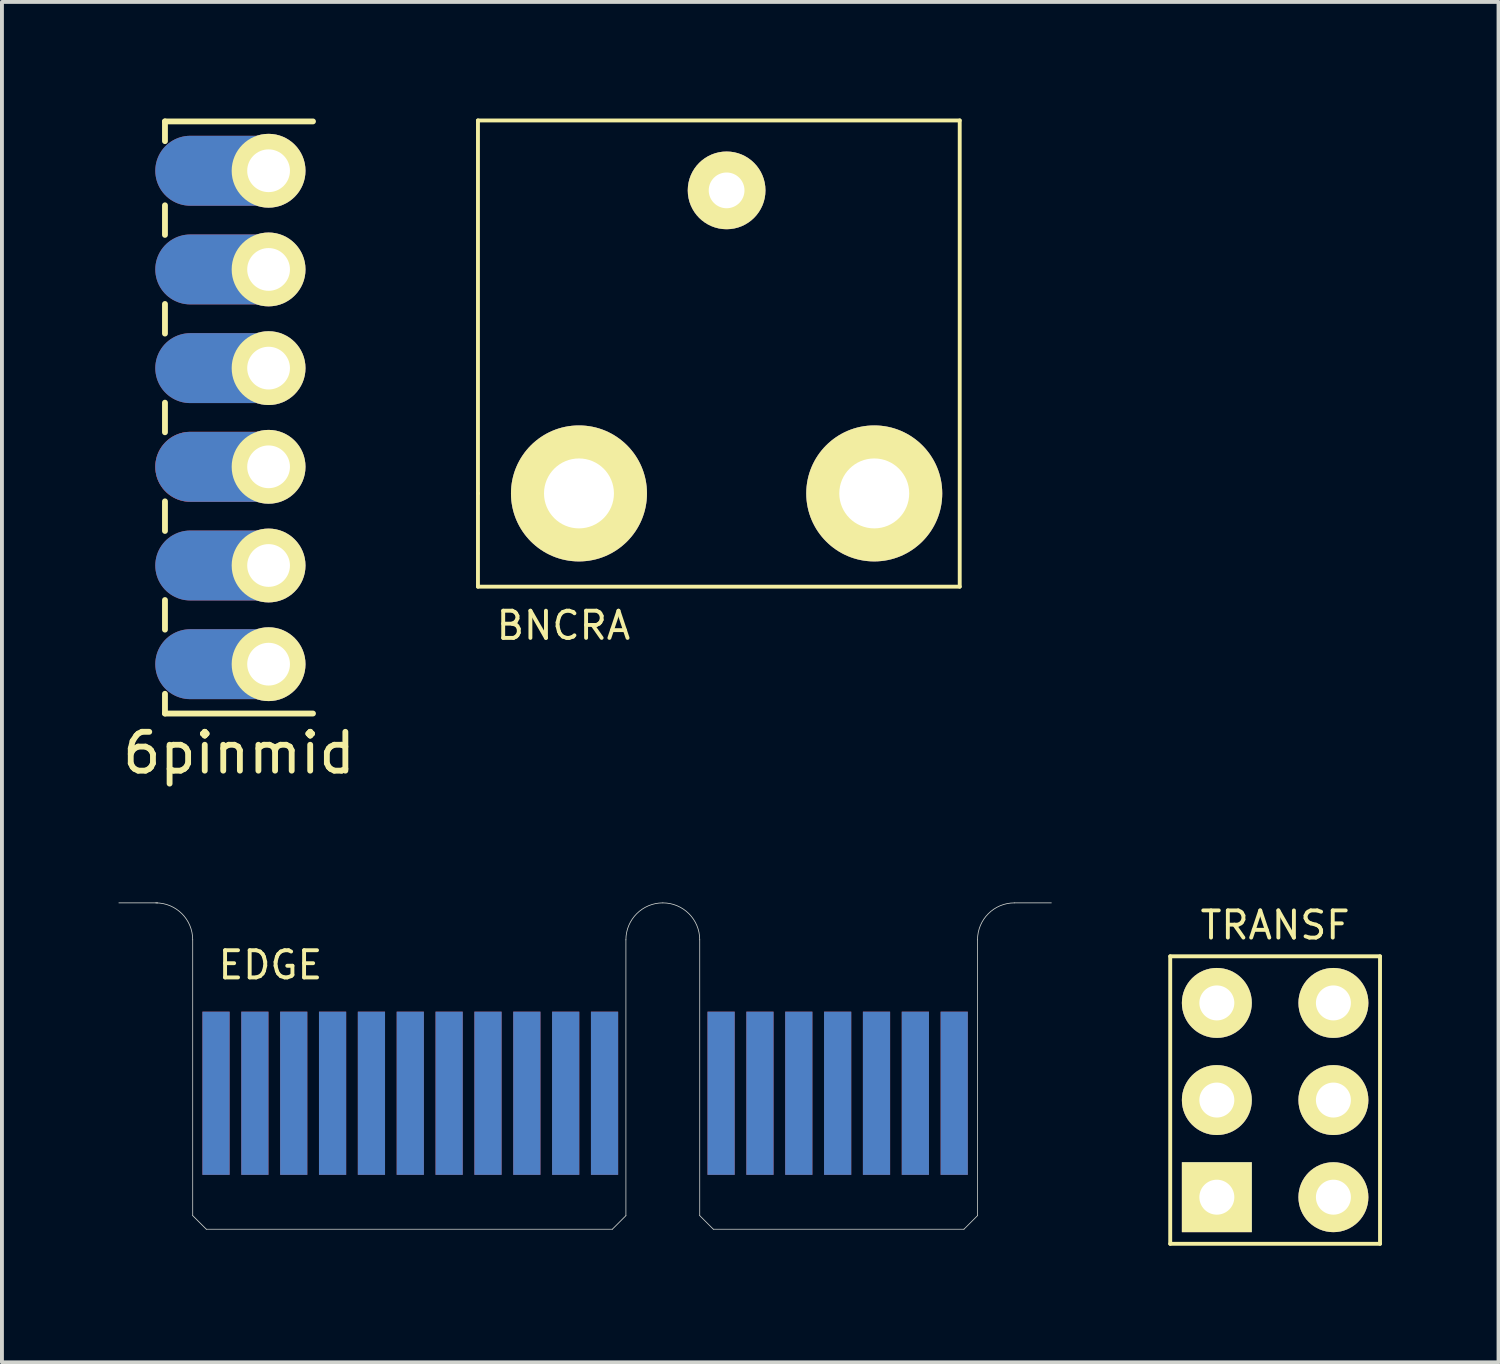
<source format=kicad_pcb>
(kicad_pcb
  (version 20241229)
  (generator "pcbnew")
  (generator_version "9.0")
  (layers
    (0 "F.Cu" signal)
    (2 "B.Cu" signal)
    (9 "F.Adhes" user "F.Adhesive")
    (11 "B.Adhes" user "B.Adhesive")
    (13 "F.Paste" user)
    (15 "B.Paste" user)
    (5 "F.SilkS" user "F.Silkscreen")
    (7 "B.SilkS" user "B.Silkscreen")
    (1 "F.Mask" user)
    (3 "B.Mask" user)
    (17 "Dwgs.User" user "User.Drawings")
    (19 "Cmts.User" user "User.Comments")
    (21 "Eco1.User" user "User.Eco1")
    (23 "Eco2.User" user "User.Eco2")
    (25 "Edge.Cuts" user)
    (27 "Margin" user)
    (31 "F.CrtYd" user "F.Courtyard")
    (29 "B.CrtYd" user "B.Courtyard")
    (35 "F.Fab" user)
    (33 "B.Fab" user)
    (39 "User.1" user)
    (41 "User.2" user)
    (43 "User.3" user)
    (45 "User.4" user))
  (footprint "6pinmid"
    (layer "F.Cu")
    (at 5.006 14.045)
    (property "Reference" "6pinmid" (at -1.905 2.286 0) (layer "F.SilkS") (effects (font (size 1 1) (thickness 0.15))))
    (attr through_hole)
    (fp_line (start -3.81 -13.97) (end -3.81 -13.462) (stroke (width 0.15) (type solid)) (layer "F.SilkS"))
    (fp_line (start -3.81 -11.811) (end -3.81 -11.049) (stroke (width 0.15) (type solid)) (layer "F.SilkS"))
    (fp_line (start -3.81 -9.271) (end -3.81 -8.509) (stroke (width 0.15) (type solid)) (layer "F.SilkS"))
    (fp_line (start -3.81 -6.731) (end -3.81 -5.969) (stroke (width 0.15) (type solid)) (layer "F.SilkS"))
    (fp_line (start -3.81 -4.191) (end -3.81 -3.429) (stroke (width 0.15) (type solid)) (layer "F.SilkS"))
    (fp_line (start -3.81 -1.651) (end -3.81 -0.889) (stroke (width 0.15) (type solid)) (layer "F.SilkS"))
    (fp_line (start -3.81 1.27) (end -3.81 0.762) (stroke (width 0.15) (type solid)) (layer "F.SilkS"))
    (fp_line (start 0 -13.97) (end -3.81 -13.97) (stroke (width 0.15) (type solid)) (layer "F.SilkS"))
    (fp_line (start 0 1.27) (end -3.81 1.27) (stroke (width 0.15) (type solid)) (layer "F.SilkS"))
    (pad "1" smd oval (at -2.159 0) (size 3.8 1.8) (layers "F.Cu" "F.Mask" "F.Paste"))
    (pad "1" smd oval (at -2.159 0) (size 3.8 1.8) (layers "B.Cu" "B.Mask" "B.Paste"))
    (pad "1" thru_hole circle (at -1.143 0) (size 1.9 1.9) (drill 1.1) (layers "*.Cu" "*.Mask" "F.SilkS"))
    (pad "2" smd oval (at -2.159 -2.54) (size 3.8 1.8) (layers "F.Cu" "F.Mask" "F.Paste"))
    (pad "2" smd oval (at -2.159 -2.54) (size 3.8 1.8) (layers "B.Cu" "B.Mask" "B.Paste"))
    (pad "2" thru_hole circle (at -1.143 -2.54) (size 1.9 1.9) (drill 1.1) (layers "*.Cu" "*.Mask" "F.SilkS"))
    (pad "3" smd oval (at -2.159 -5.08) (size 3.8 1.8) (layers "F.Cu" "F.Mask" "F.Paste"))
    (pad "3" smd oval (at -2.159 -5.08) (size 3.8 1.8) (layers "F.Cu" "F.Mask" "F.Paste"))
    (pad "3" smd oval (at -2.159 -5.08) (size 3.8 1.8) (layers "B.Cu" "B.Mask" "B.Paste"))
    (pad "3" thru_hole circle (at -1.143 -5.08) (size 1.9 1.9) (drill 1.1) (layers "*.Cu" "*.Mask" "F.SilkS"))
    (pad "4" smd oval (at -2.159 -7.62) (size 3.8 1.8) (layers "F.Cu" "F.Mask" "F.Paste"))
    (pad "4" smd oval (at -2.159 -7.62) (size 3.8 1.8) (layers "B.Cu" "B.Mask" "B.Paste"))
    (pad "4" thru_hole circle (at -1.143 -7.62) (size 1.9 1.9) (drill 1.1) (layers "*.Cu" "*.Mask" "F.SilkS"))
    (pad "5" smd oval (at -2.159 -10.16) (size 3.8 1.8) (layers "F.Cu" "F.Mask" "F.Paste"))
    (pad "5" smd oval (at -2.159 -10.16) (size 3.8 1.8) (layers "B.Cu" "B.Mask" "B.Paste"))
    (pad "5" thru_hole circle (at -1.143 -10.16) (size 1.9 1.9) (drill 1.1) (layers "*.Cu" "*.Mask" "F.SilkS"))
    (pad "6" smd oval (at -2.159 -12.7) (size 3.8 1.8) (layers "F.Cu" "F.Mask" "F.Paste"))
    (pad "6" smd oval (at -2.159 -12.7) (size 3.8 1.8) (layers "B.Cu" "B.Mask" "B.Paste"))
    (pad "6" thru_hole circle (at -1.143 -12.7) (size 1.9 1.9) (drill 1.1) (layers "*.Cu" "*.Mask" "F.SilkS")))
  (footprint "BNCRA"
    (layer "F.Cu")
    (at 15.652 9.65)
    (property "Reference" "BNCRA" (at -4.2 3.4 0) (layer "F.SilkS") (effects (font (size 0.7 0.7) (thickness 0.1))))
    (attr through_hole)
    (fp_line (start -6.4 -9.6) (end 6 -9.6) (stroke (width 0.1) (type solid)) (layer "F.SilkS"))
    (fp_line (start -6.4 0) (end -6.4 -9.6) (stroke (width 0.1) (type solid)) (layer "F.SilkS"))
    (fp_line (start -6.4 2.4) (end -6.4 0) (stroke (width 0.1) (type solid)) (layer "F.SilkS"))
    (fp_line (start 6 -9.6) (end 6 2.4) (stroke (width 0.1) (type solid)) (layer "F.SilkS"))
    (fp_line (start 6 2.4) (end -6.4 2.4) (stroke (width 0.1) (type solid)) (layer "F.SilkS"))
    (pad "1" thru_hole circle (at 0 -7.8) (size 2 2) (drill 0.92) (layers "*.Cu" "*.Mask" "F.SilkS"))
    (pad "2" thru_hole circle (at -3.8 0) (size 3.5 3.5) (drill 1.8) (layers "*.Cu" "*.Mask" "F.SilkS"))
    (pad "2" thru_hole circle (at 3.8 0) (size 3.5 3.5) (drill 1.8) (layers "*.Cu" "*.Mask" "F.SilkS")))
  (footprint "EDGE"
    (layer "F.Cu")
    (at 14.01 28.589)
    (property "Reference" "EDGE" (at -10.1 -6.8 0) (layer "F.SilkS") (effects (font (size 0.7 0.7) (thickness 0.1))))
    (attr through_hole)
    (fp_line (start -13 -8.4) (end -14 -8.4) (stroke (width 0.02) (type solid)) (layer "Edge.Cuts"))
    (fp_line (start -12.1 -0.35) (end -12.1 -7.45) (stroke (width 0.02) (type solid)) (layer "Edge.Cuts"))
    (fp_line (start -11.75 0) (end -12.1 -0.35) (stroke (width 0.02) (type solid)) (layer "Edge.Cuts"))
    (fp_line (start -1.3 0) (end -11.75 0) (stroke (width 0.02) (type solid)) (layer "Edge.Cuts"))
    (fp_line (start -0.95 -0.35) (end -1.3 0) (stroke (width 0.02) (type solid)) (layer "Edge.Cuts"))
    (fp_line (start -0.95 -0.35) (end -0.95 -7.45) (stroke (width 0.02) (type solid)) (layer "Edge.Cuts"))
    (fp_line (start 0.95 -7.45) (end 0.95 -0.35) (stroke (width 0.02) (type solid)) (layer "Edge.Cuts"))
    (fp_line (start 0.95 -0.35) (end 1.3 0) (stroke (width 0.02) (type solid)) (layer "Edge.Cuts"))
    (fp_line (start 1.3 0) (end 7.75 0) (stroke (width 0.02) (type solid)) (layer "Edge.Cuts"))
    (fp_line (start 7.75 0) (end 8.1 -0.35) (stroke (width 0.02) (type solid)) (layer "Edge.Cuts"))
    (fp_line (start 8.1 -0.35) (end 8.1 -7.45) (stroke (width 0.02) (type solid)) (layer "Edge.Cuts"))
    (fp_line (start 9.05 -8.4) (end 10 -8.4) (stroke (width 0.02) (type solid)) (layer "Edge.Cuts"))
    (fp_arc (start -13.05 -8.4) (mid -12.378249 -8.121751) (end -12.1 -7.45) (stroke (width 0.02) (type solid)) (layer "Edge.Cuts"))
    (fp_arc (start -0.95 -7.45) (mid -0.671751 -8.121751) (end 0 -8.4) (stroke (width 0.02) (type solid)) (layer "Edge.Cuts"))
    (fp_arc (start 0 -8.4) (mid 0.671751 -8.121751) (end 0.95 -7.45) (stroke (width 0.02) (type solid)) (layer "Edge.Cuts"))
    (fp_arc (start 8.1 -7.45) (mid 8.378249 -8.121751) (end 9.05 -8.4) (stroke (width 0.02) (type solid)) (layer "Edge.Cuts"))
    (pad "A1" smd rect (at -11.5 -3.5) (size 0.7 4.2) (layers "F.Cu" "F.Mask"))
    (pad "A2" smd rect (at -10.5 -3.5) (size 0.7 4.2) (layers "F.Cu" "F.Mask"))
    (pad "A3" smd rect (at -9.5 -3.5) (size 0.7 4.2) (layers "F.Cu" "F.Mask"))
    (pad "A4" smd rect (at -8.5 -3.5) (size 0.7 4.2) (layers "F.Cu" "F.Mask"))
    (pad "A5" smd rect (at -7.5 -3.5) (size 0.7 4.2) (layers "F.Cu" "F.Mask"))
    (pad "A6" smd rect (at -6.5 -3.5) (size 0.7 4.2) (layers "F.Cu" "F.Mask"))
    (pad "A7" smd rect (at -5.5 -3.5) (size 0.7 4.2) (layers "F.Cu" "F.Mask"))
    (pad "A8" smd rect (at -4.5 -3.5) (size 0.7 4.2) (layers "F.Cu" "F.Mask"))
    (pad "A9" smd rect (at -3.5 -3.5) (size 0.7 4.2) (layers "F.Cu" "F.Mask"))
    (pad "A10" smd rect (at -2.5 -3.5) (size 0.7 4.2) (layers "F.Cu" "F.Mask"))
    (pad "A11" smd rect (at -1.5 -3.5) (size 0.7 4.2) (layers "F.Cu" "F.Mask"))
    (pad "A12" smd rect (at 1.5 -3.5) (size 0.7 4.2) (layers "F.Cu" "F.Mask"))
    (pad "A13" smd rect (at 2.5 -3.5) (size 0.7 4.2) (layers "F.Cu" "F.Mask"))
    (pad "A14" smd rect (at 3.5 -3.5) (size 0.7 4.2) (layers "F.Cu" "F.Mask"))
    (pad "A15" smd rect (at 4.5 -3.5) (size 0.7 4.2) (layers "F.Cu" "F.Mask"))
    (pad "A16" smd rect (at 5.5 -3.5) (size 0.7 4.2) (layers "F.Cu" "F.Mask"))
    (pad "A17" smd rect (at 6.5 -3.5) (size 0.7 4.2) (layers "F.Cu" "F.Mask"))
    (pad "A18" smd rect (at 7.5 -3.5) (size 0.7 4.2) (layers "F.Cu" "F.Mask"))
    (pad "B1" smd rect (at -11.5 -3.5) (size 0.7 4.2) (layers "B.Cu" "B.Mask"))
    (pad "B2" smd rect (at -10.5 -3.5) (size 0.7 4.2) (layers "B.Cu" "B.Mask"))
    (pad "B3" smd rect (at -9.5 -3.5) (size 0.7 4.2) (layers "B.Cu" "B.Mask"))
    (pad "B4" smd rect (at -8.5 -3.5) (size 0.7 4.2) (layers "B.Cu" "B.Mask"))
    (pad "B5" smd rect (at -7.5 -3.5) (size 0.7 4.2) (layers "B.Cu" "B.Mask"))
    (pad "B6" smd rect (at -6.5 -3.5) (size 0.7 4.2) (layers "B.Cu" "B.Mask"))
    (pad "B7" smd rect (at -5.5 -3.5) (size 0.7 4.2) (layers "B.Cu" "B.Mask"))
    (pad "B8" smd rect (at -4.5 -3.5) (size 0.7 4.2) (layers "B.Cu" "B.Mask"))
    (pad "B9" smd rect (at -3.5 -3.5) (size 0.7 4.2) (layers "B.Cu" "B.Mask"))
    (pad "B10" smd rect (at -2.5 -3.5) (size 0.7 4.2) (layers "B.Cu" "B.Mask"))
    (pad "B11" smd rect (at -1.5 -3.5) (size 0.7 4.2) (layers "B.Cu" "B.Mask"))
    (pad "B12" smd rect (at 1.5 -3.5) (size 0.7 4.2) (layers "B.Cu" "B.Mask"))
    (pad "B13" smd rect (at 2.5 -3.5) (size 0.7 4.2) (layers "B.Cu" "B.Mask"))
    (pad "B14" smd rect (at 3.5 -3.5) (size 0.7 4.2) (layers "B.Cu" "B.Mask"))
    (pad "B15" smd rect (at 4.5 -3.5) (size 0.7 4.2) (layers "B.Cu" "B.Mask"))
    (pad "B16" smd rect (at 5.5 -3.5) (size 0.7 4.2) (layers "B.Cu" "B.Mask"))
    (pad "B17" smd rect (at 6.5 -3.5) (size 0.7 4.2) (layers "B.Cu" "B.Mask"))
    (pad "B18" smd rect (at 7.5 -3.5) (size 0.7 4.2) (layers "B.Cu" "B.Mask")))
  (footprint "TRANSF"
    (layer "F.Cu")
    (at 28.27 27.764)
    (property "Reference" "TRANSF" (at 1.5 -7 0) (layer "F.SilkS") (effects (font (size 0.7 0.7) (thickness 0.1))))
    (attr through_hole)
    (fp_line (start -1.2 -6.2) (end 4.2 -6.2) (stroke (width 0.1) (type solid)) (layer "F.SilkS"))
    (fp_line (start -1.2 1.2) (end -1.2 -6.2) (stroke (width 0.1) (type solid)) (layer "F.SilkS"))
    (fp_line (start 4.2 -6.2) (end 4.2 1.2) (stroke (width 0.1) (type solid)) (layer "F.SilkS"))
    (fp_line (start 4.2 1.2) (end -1.2 1.2) (stroke (width 0.1) (type solid)) (layer "F.SilkS"))
    (pad "1" thru_hole rect (at 0 0) (size 1.8 1.8) (drill 0.9) (layers "*.Cu" "*.Mask" "F.SilkS"))
    (pad "2" thru_hole circle (at 3 0) (size 1.8 1.8) (drill 0.9) (layers "*.Cu" "*.Mask" "F.SilkS"))
    (pad "3" thru_hole circle (at 0 -2.5) (size 1.8 1.8) (drill 0.9) (layers "*.Cu" "*.Mask" "F.SilkS"))
    (pad "4" thru_hole circle (at 3 -2.5) (size 1.8 1.8) (drill 0.9) (layers "*.Cu" "*.Mask" "F.SilkS"))
    (pad "5" thru_hole circle (at 0 -5) (size 1.8 1.8) (drill 0.9) (layers "*.Cu" "*.Mask" "F.SilkS"))
    (pad "6" thru_hole circle (at 3 -5) (size 1.8 1.8) (drill 0.9) (layers "*.Cu" "*.Mask" "F.SilkS")))
  (gr_rect
    (start -3 -3)
    (end 35.52 32.014)
    (stroke (width 0.1) (type default))
    (fill no)
    (layer "Edge.Cuts")))
</source>
